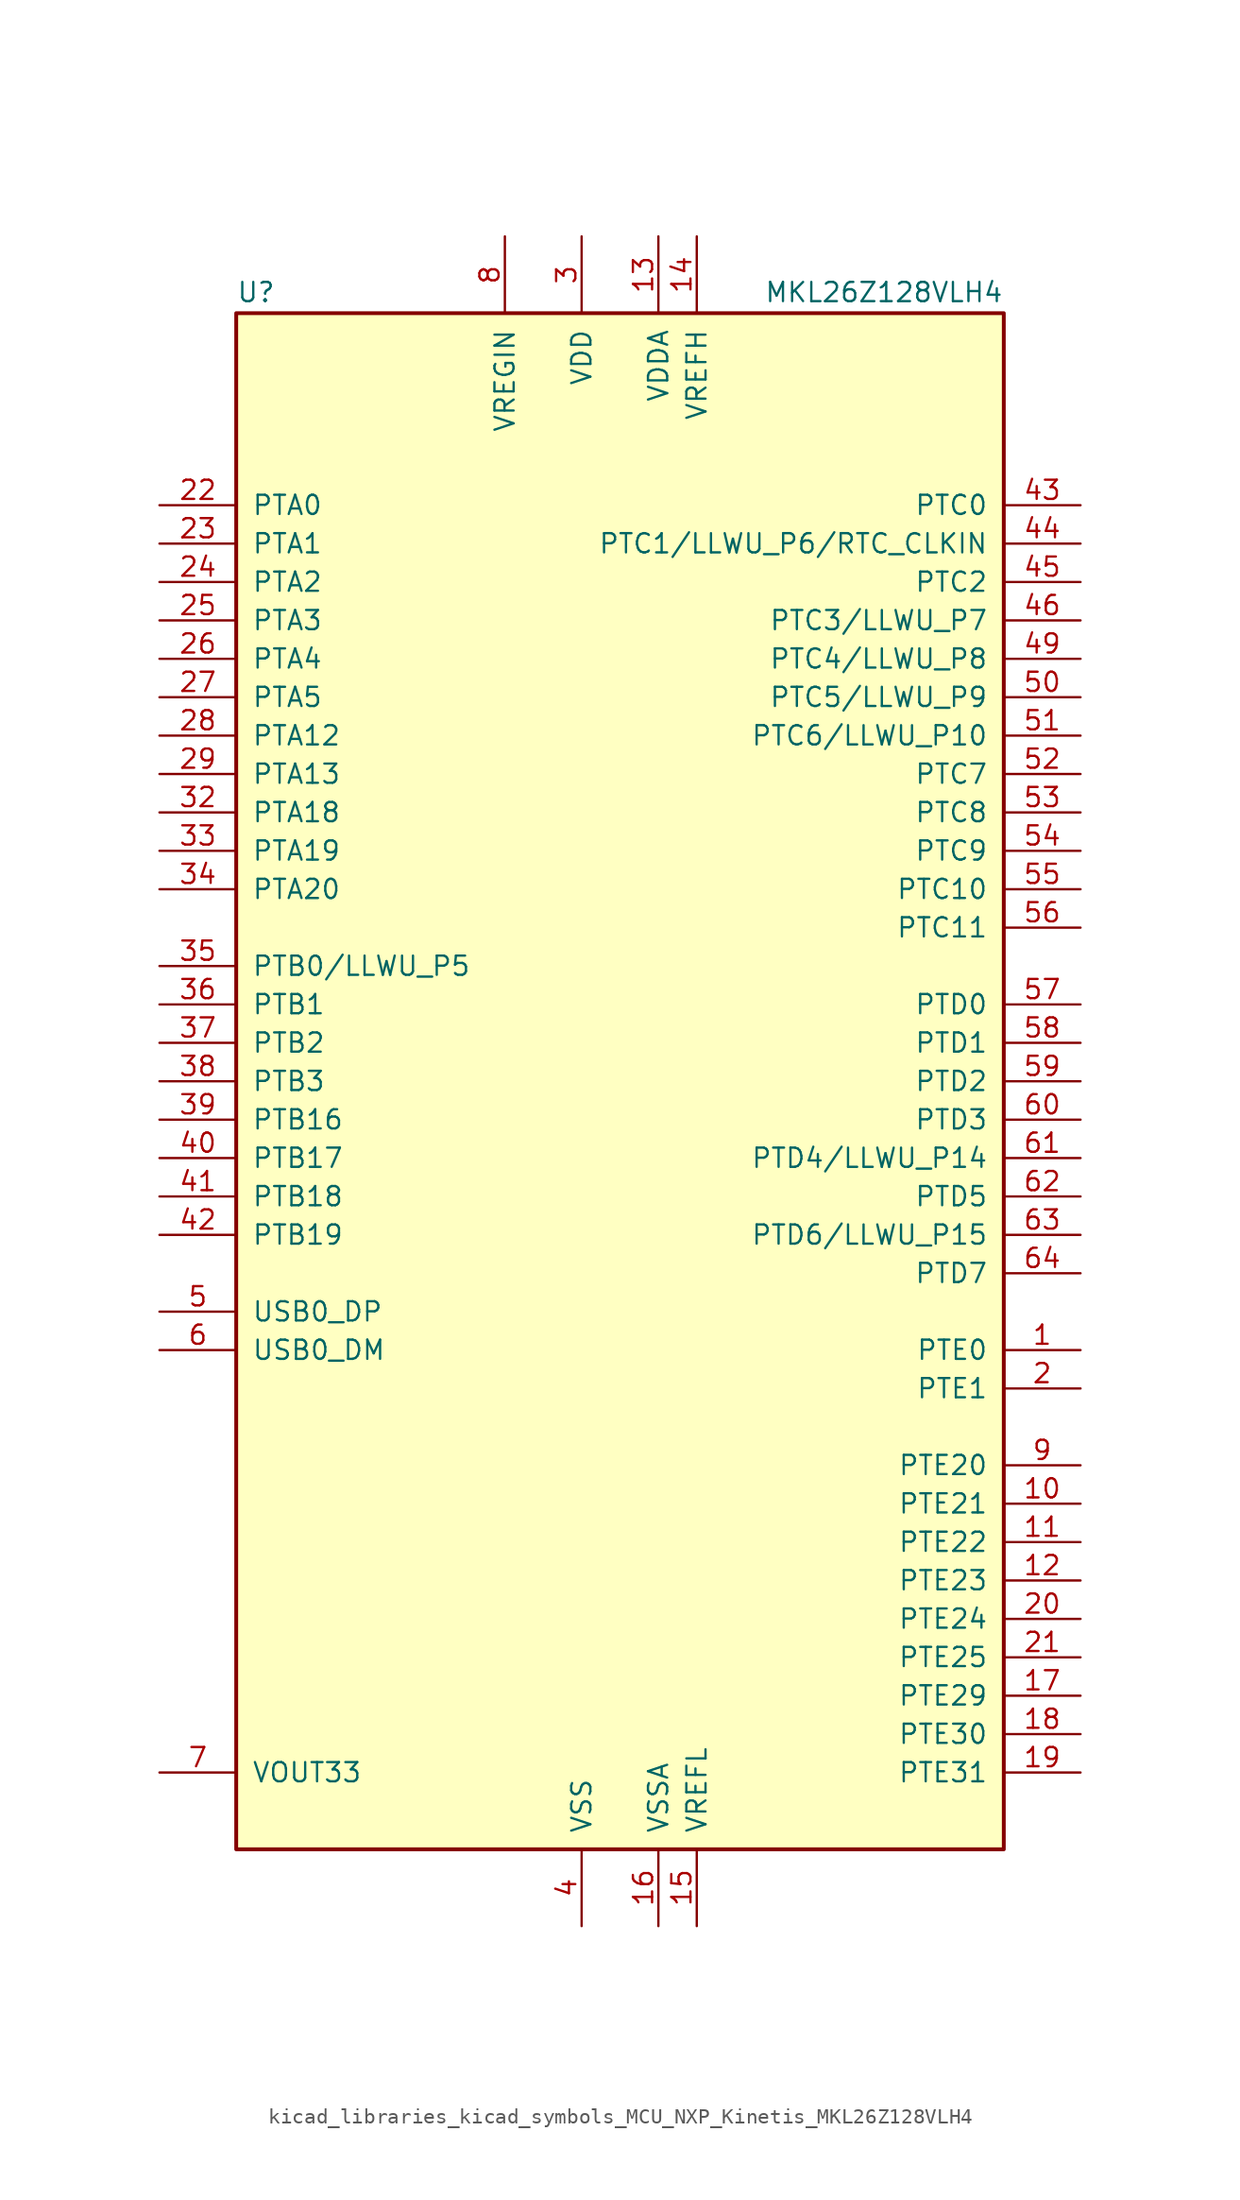
<source format=kicad_sym>
(kicad_symbol_lib
  (version 20220914)
  (generator kicad_symbol_editor)
  (symbol "kicad_libraries_kicad_symbols_MCU_NXP_Kinetis_MKL26Z128VLH4"
    (pin_names
      (offset 1.016))
    (property "Reference" "U"
      (at -25.4 51.435 0)
      (effects (font (size 1.27 1.27)) (justify left bottom)))
    (property "Value" "MKL26Z128VLH4"
      (at 25.4 51.435 0)
      (effects (font (size 1.27 1.27)) (justify right bottom)))
    (symbol "kicad_libraries_kicad_symbols_MCU_NXP_Kinetis_MKL26Z128VLH4_0_1"
      (rectangle (start -25.4 50.8) (end 25.4 -50.8) (stroke (width 0.254) (type default)) (fill (type background))))
    (symbol "kicad_libraries_kicad_symbols_MCU_NXP_Kinetis_MKL26Z128VLH4_1_1"
      (pin bidirectional line (at 30.48 -17.78 180) (length 5.08) (name "PTE0" (effects (font (size 1.27 1.27)))) (number "1" (effects (font (size 1.27 1.27)))))
      (pin bidirectional line (at 30.48 -27.94 180) (length 5.08) (name "PTE21" (effects (font (size 1.27 1.27)))) (number "10" (effects (font (size 1.27 1.27)))))
      (pin bidirectional line (at 30.48 -30.48 180) (length 5.08) (name "PTE22" (effects (font (size 1.27 1.27)))) (number "11" (effects (font (size 1.27 1.27)))))
      (pin bidirectional line (at 30.48 -33.02 180) (length 5.08) (name "PTE23" (effects (font (size 1.27 1.27)))) (number "12" (effects (font (size 1.27 1.27)))))
      (pin power_in line (at 2.54 55.88 270) (length 5.08) (name "VDDA" (effects (font (size 1.27 1.27)))) (number "13" (effects (font (size 1.27 1.27)))))
      (pin power_in line (at 5.08 55.88 270) (length 5.08) (name "VREFH" (effects (font (size 1.27 1.27)))) (number "14" (effects (font (size 1.27 1.27)))))
      (pin power_in line (at 5.08 -55.88 90) (length 5.08) (name "VREFL" (effects (font (size 1.27 1.27)))) (number "15" (effects (font (size 1.27 1.27)))))
      (pin power_in line (at 2.54 -55.88 90) (length 5.08) (name "VSSA" (effects (font (size 1.27 1.27)))) (number "16" (effects (font (size 1.27 1.27)))))
      (pin bidirectional line (at 30.48 -40.64 180) (length 5.08) (name "PTE29" (effects (font (size 1.27 1.27)))) (number "17" (effects (font (size 1.27 1.27)))))
      (pin bidirectional line (at 30.48 -43.18 180) (length 5.08) (name "PTE30" (effects (font (size 1.27 1.27)))) (number "18" (effects (font (size 1.27 1.27)))))
      (pin bidirectional line (at 30.48 -45.72 180) (length 5.08) (name "PTE31" (effects (font (size 1.27 1.27)))) (number "19" (effects (font (size 1.27 1.27)))))
      (pin bidirectional line (at 30.48 -20.32 180) (length 5.08) (name "PTE1" (effects (font (size 1.27 1.27)))) (number "2" (effects (font (size 1.27 1.27)))))
      (pin bidirectional line (at 30.48 -35.56 180) (length 5.08) (name "PTE24" (effects (font (size 1.27 1.27)))) (number "20" (effects (font (size 1.27 1.27)))))
      (pin bidirectional line (at 30.48 -38.1 180) (length 5.08) (name "PTE25" (effects (font (size 1.27 1.27)))) (number "21" (effects (font (size 1.27 1.27)))))
      (pin bidirectional line (at -30.48 38.1 0) (length 5.08) (name "PTA0" (effects (font (size 1.27 1.27)))) (number "22" (effects (font (size 1.27 1.27)))))
      (pin bidirectional line (at -30.48 35.56 0) (length 5.08) (name "PTA1" (effects (font (size 1.27 1.27)))) (number "23" (effects (font (size 1.27 1.27)))))
      (pin bidirectional line (at -30.48 33.02 0) (length 5.08) (name "PTA2" (effects (font (size 1.27 1.27)))) (number "24" (effects (font (size 1.27 1.27)))))
      (pin bidirectional line (at -30.48 30.48 0) (length 5.08) (name "PTA3" (effects (font (size 1.27 1.27)))) (number "25" (effects (font (size 1.27 1.27)))))
      (pin bidirectional line (at -30.48 27.94 0) (length 5.08) (name "PTA4" (effects (font (size 1.27 1.27)))) (number "26" (effects (font (size 1.27 1.27)))))
      (pin bidirectional line (at -30.48 25.4 0) (length 5.08) (name "PTA5" (effects (font (size 1.27 1.27)))) (number "27" (effects (font (size 1.27 1.27)))))
      (pin bidirectional line (at -30.48 22.86 0) (length 5.08) (name "PTA12" (effects (font (size 1.27 1.27)))) (number "28" (effects (font (size 1.27 1.27)))))
      (pin bidirectional line (at -30.48 20.32 0) (length 5.08) (name "PTA13" (effects (font (size 1.27 1.27)))) (number "29" (effects (font (size 1.27 1.27)))))
      (pin power_in line (at -2.54 55.88 270) (length 5.08) (name "VDD" (effects (font (size 1.27 1.27)))) (number "3" (effects (font (size 1.27 1.27)))))
      (pin passive line (at -2.54 55.88 270) (length 5.08) hide (name "VDD" (effects (font (size 1.27 1.27)))) (number "30" (effects (font (size 1.27 1.27)))))
      (pin passive line (at -2.54 -55.88 90) (length 5.08) hide (name "VSS" (effects (font (size 1.27 1.27)))) (number "31" (effects (font (size 1.27 1.27)))))
      (pin bidirectional line (at -30.48 17.78 0) (length 5.08) (name "PTA18" (effects (font (size 1.27 1.27)))) (number "32" (effects (font (size 1.27 1.27)))))
      (pin bidirectional line (at -30.48 15.24 0) (length 5.08) (name "PTA19" (effects (font (size 1.27 1.27)))) (number "33" (effects (font (size 1.27 1.27)))))
      (pin bidirectional line (at -30.48 12.7 0) (length 5.08) (name "PTA20" (effects (font (size 1.27 1.27)))) (number "34" (effects (font (size 1.27 1.27)))))
      (pin bidirectional line (at -30.48 7.62 0) (length 5.08) (name "PTB0/LLWU_P5" (effects (font (size 1.27 1.27)))) (number "35" (effects (font (size 1.27 1.27)))))
      (pin bidirectional line (at -30.48 5.08 0) (length 5.08) (name "PTB1" (effects (font (size 1.27 1.27)))) (number "36" (effects (font (size 1.27 1.27)))))
      (pin bidirectional line (at -30.48 2.54 0) (length 5.08) (name "PTB2" (effects (font (size 1.27 1.27)))) (number "37" (effects (font (size 1.27 1.27)))))
      (pin bidirectional line (at -30.48 0 0) (length 5.08) (name "PTB3" (effects (font (size 1.27 1.27)))) (number "38" (effects (font (size 1.27 1.27)))))
      (pin bidirectional line (at -30.48 -2.54 0) (length 5.08) (name "PTB16" (effects (font (size 1.27 1.27)))) (number "39" (effects (font (size 1.27 1.27)))))
      (pin power_in line (at -2.54 -55.88 90) (length 5.08) (name "VSS" (effects (font (size 1.27 1.27)))) (number "4" (effects (font (size 1.27 1.27)))))
      (pin bidirectional line (at -30.48 -5.08 0) (length 5.08) (name "PTB17" (effects (font (size 1.27 1.27)))) (number "40" (effects (font (size 1.27 1.27)))))
      (pin bidirectional line (at -30.48 -7.62 0) (length 5.08) (name "PTB18" (effects (font (size 1.27 1.27)))) (number "41" (effects (font (size 1.27 1.27)))))
      (pin bidirectional line (at -30.48 -10.16 0) (length 5.08) (name "PTB19" (effects (font (size 1.27 1.27)))) (number "42" (effects (font (size 1.27 1.27)))))
      (pin bidirectional line (at 30.48 38.1 180) (length 5.08) (name "PTC0" (effects (font (size 1.27 1.27)))) (number "43" (effects (font (size 1.27 1.27)))))
      (pin bidirectional line (at 30.48 35.56 180) (length 5.08) (name "PTC1/LLWU_P6/RTC_CLKIN" (effects (font (size 1.27 1.27)))) (number "44" (effects (font (size 1.27 1.27)))))
      (pin bidirectional line (at 30.48 33.02 180) (length 5.08) (name "PTC2" (effects (font (size 1.27 1.27)))) (number "45" (effects (font (size 1.27 1.27)))))
      (pin bidirectional line (at 30.48 30.48 180) (length 5.08) (name "PTC3/LLWU_P7" (effects (font (size 1.27 1.27)))) (number "46" (effects (font (size 1.27 1.27)))))
      (pin passive line (at -2.54 -55.88 90) (length 5.08) hide (name "VSS" (effects (font (size 1.27 1.27)))) (number "47" (effects (font (size 1.27 1.27)))))
      (pin passive line (at -2.54 55.88 270) (length 5.08) hide (name "VDD" (effects (font (size 1.27 1.27)))) (number "48" (effects (font (size 1.27 1.27)))))
      (pin bidirectional line (at 30.48 27.94 180) (length 5.08) (name "PTC4/LLWU_P8" (effects (font (size 1.27 1.27)))) (number "49" (effects (font (size 1.27 1.27)))))
      (pin bidirectional line (at -30.48 -15.24 0) (length 5.08) (name "USB0_DP" (effects (font (size 1.27 1.27)))) (number "5" (effects (font (size 1.27 1.27)))))
      (pin bidirectional line (at 30.48 25.4 180) (length 5.08) (name "PTC5/LLWU_P9" (effects (font (size 1.27 1.27)))) (number "50" (effects (font (size 1.27 1.27)))))
      (pin bidirectional line (at 30.48 22.86 180) (length 5.08) (name "PTC6/LLWU_P10" (effects (font (size 1.27 1.27)))) (number "51" (effects (font (size 1.27 1.27)))))
      (pin bidirectional line (at 30.48 20.32 180) (length 5.08) (name "PTC7" (effects (font (size 1.27 1.27)))) (number "52" (effects (font (size 1.27 1.27)))))
      (pin bidirectional line (at 30.48 17.78 180) (length 5.08) (name "PTC8" (effects (font (size 1.27 1.27)))) (number "53" (effects (font (size 1.27 1.27)))))
      (pin bidirectional line (at 30.48 15.24 180) (length 5.08) (name "PTC9" (effects (font (size 1.27 1.27)))) (number "54" (effects (font (size 1.27 1.27)))))
      (pin bidirectional line (at 30.48 12.7 180) (length 5.08) (name "PTC10" (effects (font (size 1.27 1.27)))) (number "55" (effects (font (size 1.27 1.27)))))
      (pin bidirectional line (at 30.48 10.16 180) (length 5.08) (name "PTC11" (effects (font (size 1.27 1.27)))) (number "56" (effects (font (size 1.27 1.27)))))
      (pin bidirectional line (at 30.48 5.08 180) (length 5.08) (name "PTD0" (effects (font (size 1.27 1.27)))) (number "57" (effects (font (size 1.27 1.27)))))
      (pin bidirectional line (at 30.48 2.54 180) (length 5.08) (name "PTD1" (effects (font (size 1.27 1.27)))) (number "58" (effects (font (size 1.27 1.27)))))
      (pin bidirectional line (at 30.48 0 180) (length 5.08) (name "PTD2" (effects (font (size 1.27 1.27)))) (number "59" (effects (font (size 1.27 1.27)))))
      (pin bidirectional line (at -30.48 -17.78 0) (length 5.08) (name "USB0_DM" (effects (font (size 1.27 1.27)))) (number "6" (effects (font (size 1.27 1.27)))))
      (pin bidirectional line (at 30.48 -2.54 180) (length 5.08) (name "PTD3" (effects (font (size 1.27 1.27)))) (number "60" (effects (font (size 1.27 1.27)))))
      (pin bidirectional line (at 30.48 -5.08 180) (length 5.08) (name "PTD4/LLWU_P14" (effects (font (size 1.27 1.27)))) (number "61" (effects (font (size 1.27 1.27)))))
      (pin bidirectional line (at 30.48 -7.62 180) (length 5.08) (name "PTD5" (effects (font (size 1.27 1.27)))) (number "62" (effects (font (size 1.27 1.27)))))
      (pin bidirectional line (at 30.48 -10.16 180) (length 5.08) (name "PTD6/LLWU_P15" (effects (font (size 1.27 1.27)))) (number "63" (effects (font (size 1.27 1.27)))))
      (pin bidirectional line (at 30.48 -12.7 180) (length 5.08) (name "PTD7" (effects (font (size 1.27 1.27)))) (number "64" (effects (font (size 1.27 1.27)))))
      (pin power_out line (at -30.48 -45.72 0) (length 5.08) (name "VOUT33" (effects (font (size 1.27 1.27)))) (number "7" (effects (font (size 1.27 1.27)))))
      (pin power_in line (at -7.62 55.88 270) (length 5.08) (name "VREGIN" (effects (font (size 1.27 1.27)))) (number "8" (effects (font (size 1.27 1.27)))))
      (pin bidirectional line (at 30.48 -25.4 180) (length 5.08) (name "PTE20" (effects (font (size 1.27 1.27)))) (number "9" (effects (font (size 1.27 1.27))))))))
</source>
